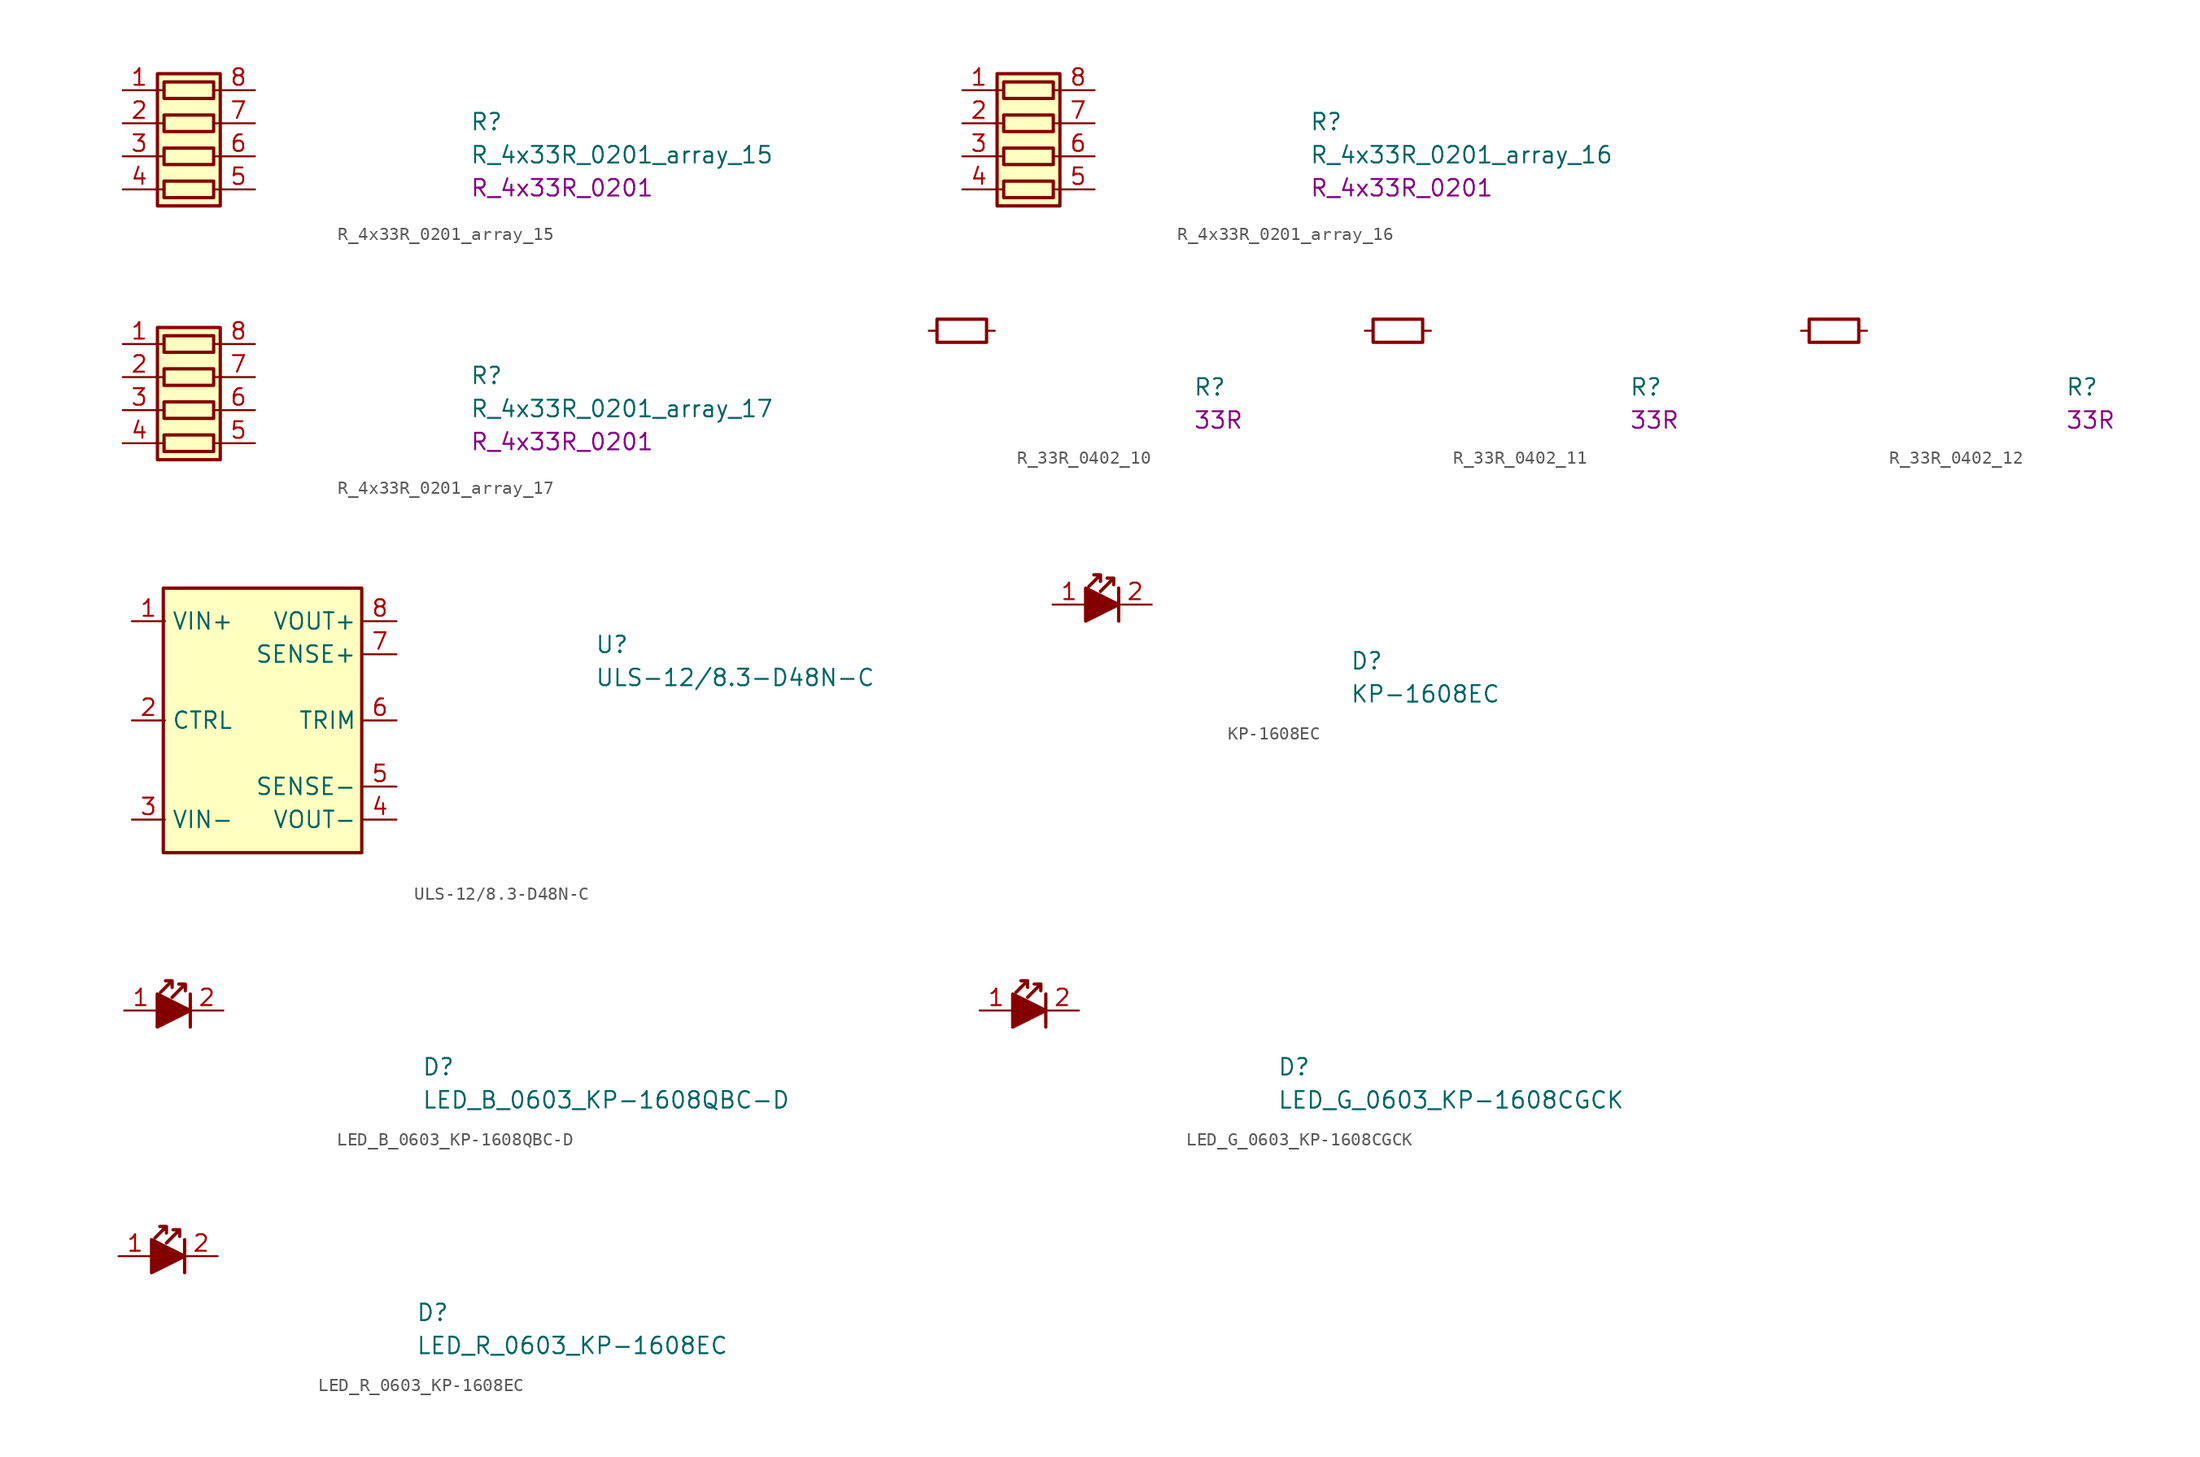
<source format=kicad_sym>
(kicad_symbol_lib
  (version 20211014)
  (generator kicad_symbol_editor)
  (symbol "K410T-devboard:R_4x33R_0201_array_15"
    (pin_names hide)
    (property "Reference" "R"
      (at 26.67 -3.175 0)
      (effects (font (size 1.27 1.27) (thickness 0.15)) (justify left bottom)))
    (property "Value" "R_4x33R_0201_array_15"
      (at 26.67 -5.715 0)
      (effects (font (size 1.27 1.27) (thickness 0.15)) (justify left bottom)))
    (property "Val" "R_4x33R_0201"
      (at 26.67 -8.255 0)
      (effects (font (size 1.27 1.27)) (justify left bottom)))
    (symbol "R_4x33R_0201_array_15_0_1"
      (polyline (pts (xy 2.54 -7.62) (xy 3.175 -7.62)) (stroke (width 0) (type default)) (fill (type none)))
      (polyline (pts (xy 2.54 -5.08) (xy 3.175 -5.08)) (stroke (width 0) (type default)) (fill (type none)))
      (polyline (pts (xy 2.54 -2.54) (xy 3.175 -2.54)) (stroke (width 0) (type default)) (fill (type none)))
      (polyline (pts (xy 2.54 0) (xy 3.175 0)) (stroke (width 0) (type default)) (fill (type none)))
      (polyline (pts (xy 6.985 -7.62) (xy 7.62 -7.62)) (stroke (width 0) (type default)) (fill (type none)))
      (polyline (pts (xy 6.985 -5.08) (xy 7.62 -5.08)) (stroke (width 0) (type default)) (fill (type none)))
      (polyline (pts (xy 6.985 -2.54) (xy 7.62 -2.54)) (stroke (width 0) (type default)) (fill (type none)))
      (polyline (pts (xy 6.985 0) (xy 7.62 0)) (stroke (width 0) (type default)) (fill (type none)))
      (rectangle (start 2.667 1.27) (end 7.493 -8.89) (stroke (width 0.254) (type default)) (fill (type background)))
      (rectangle (start 6.985 -6.985) (end 3.175 -8.255) (stroke (width 0.254) (type default)) (fill (type none)))
      (rectangle (start 6.985 -4.445) (end 3.175 -5.715) (stroke (width 0.254) (type default)) (fill (type none)))
      (rectangle (start 6.985 -1.905) (end 3.175 -3.175) (stroke (width 0.254) (type default)) (fill (type none)))
      (rectangle (start 6.985 0.635) (end 3.175 -0.635) (stroke (width 0.254) (type default)) (fill (type none))))
    (symbol "R_4x33R_0201_array_15_1_1"
      (pin passive line (at 0 0 0) (length 2.54) (name "R1.1" (effects (font (size 1.27 1.27)))) (number "1" (effects (font (size 1.27 1.27)))))
      (pin passive line (at 0 -2.54 0) (length 2.54) (name "R2.1" (effects (font (size 1.27 1.27)))) (number "2" (effects (font (size 1.27 1.27)))))
      (pin passive line (at 0 -5.08 0) (length 2.54) (name "R3.1" (effects (font (size 1.27 1.27)))) (number "3" (effects (font (size 1.27 1.27)))))
      (pin passive line (at 0 -7.62 0) (length 2.54) (name "R4.1" (effects (font (size 1.27 1.27)))) (number "4" (effects (font (size 1.27 1.27)))))
      (pin passive line (at 10.16 -7.62 180) (length 2.54) (name "R4.2" (effects (font (size 1.27 1.27)))) (number "5" (effects (font (size 1.27 1.27)))))
      (pin passive line (at 10.16 -5.08 180) (length 2.54) (name "R3.2" (effects (font (size 1.27 1.27)))) (number "6" (effects (font (size 1.27 1.27)))))
      (pin passive line (at 10.16 -2.54 180) (length 2.54) (name "R2.2" (effects (font (size 1.27 1.27)))) (number "7" (effects (font (size 1.27 1.27)))))
      (pin passive line (at 10.16 0 180) (length 2.54) (name "R1.2" (effects (font (size 1.27 1.27)))) (number "8" (effects (font (size 1.27 1.27)))))))
  (symbol "K410T-devboard:R_4x33R_0201_array_16"
    (pin_names hide)
    (property "Reference" "R"
      (at 26.67 -3.175 0)
      (effects (font (size 1.27 1.27) (thickness 0.15)) (justify left bottom)))
    (property "Value" "R_4x33R_0201_array_16"
      (at 26.67 -5.715 0)
      (effects (font (size 1.27 1.27) (thickness 0.15)) (justify left bottom)))
    (property "Val" "R_4x33R_0201"
      (at 26.67 -8.255 0)
      (effects (font (size 1.27 1.27)) (justify left bottom)))
    (symbol "R_4x33R_0201_array_16_0_1"
      (polyline (pts (xy 2.54 -7.62) (xy 3.175 -7.62)) (stroke (width 0) (type default)) (fill (type none)))
      (polyline (pts (xy 2.54 -5.08) (xy 3.175 -5.08)) (stroke (width 0) (type default)) (fill (type none)))
      (polyline (pts (xy 2.54 -2.54) (xy 3.175 -2.54)) (stroke (width 0) (type default)) (fill (type none)))
      (polyline (pts (xy 2.54 0) (xy 3.175 0)) (stroke (width 0) (type default)) (fill (type none)))
      (polyline (pts (xy 6.985 -7.62) (xy 7.62 -7.62)) (stroke (width 0) (type default)) (fill (type none)))
      (polyline (pts (xy 6.985 -5.08) (xy 7.62 -5.08)) (stroke (width 0) (type default)) (fill (type none)))
      (polyline (pts (xy 6.985 -2.54) (xy 7.62 -2.54)) (stroke (width 0) (type default)) (fill (type none)))
      (polyline (pts (xy 6.985 0) (xy 7.62 0)) (stroke (width 0) (type default)) (fill (type none)))
      (rectangle (start 2.667 1.27) (end 7.493 -8.89) (stroke (width 0.254) (type default)) (fill (type background)))
      (rectangle (start 6.985 -6.985) (end 3.175 -8.255) (stroke (width 0.254) (type default)) (fill (type none)))
      (rectangle (start 6.985 -4.445) (end 3.175 -5.715) (stroke (width 0.254) (type default)) (fill (type none)))
      (rectangle (start 6.985 -1.905) (end 3.175 -3.175) (stroke (width 0.254) (type default)) (fill (type none)))
      (rectangle (start 6.985 0.635) (end 3.175 -0.635) (stroke (width 0.254) (type default)) (fill (type none))))
    (symbol "R_4x33R_0201_array_16_1_1"
      (pin passive line (at 0 0 0) (length 2.54) (name "R1.1" (effects (font (size 1.27 1.27)))) (number "1" (effects (font (size 1.27 1.27)))))
      (pin passive line (at 0 -2.54 0) (length 2.54) (name "R2.1" (effects (font (size 1.27 1.27)))) (number "2" (effects (font (size 1.27 1.27)))))
      (pin passive line (at 0 -5.08 0) (length 2.54) (name "R3.1" (effects (font (size 1.27 1.27)))) (number "3" (effects (font (size 1.27 1.27)))))
      (pin passive line (at 0 -7.62 0) (length 2.54) (name "R4.1" (effects (font (size 1.27 1.27)))) (number "4" (effects (font (size 1.27 1.27)))))
      (pin passive line (at 10.16 -7.62 180) (length 2.54) (name "R4.2" (effects (font (size 1.27 1.27)))) (number "5" (effects (font (size 1.27 1.27)))))
      (pin passive line (at 10.16 -5.08 180) (length 2.54) (name "R3.2" (effects (font (size 1.27 1.27)))) (number "6" (effects (font (size 1.27 1.27)))))
      (pin passive line (at 10.16 -2.54 180) (length 2.54) (name "R2.2" (effects (font (size 1.27 1.27)))) (number "7" (effects (font (size 1.27 1.27)))))
      (pin passive line (at 10.16 0 180) (length 2.54) (name "R1.2" (effects (font (size 1.27 1.27)))) (number "8" (effects (font (size 1.27 1.27)))))))
  (symbol "K410T-devboard:R_4x33R_0201_array_17"
    (pin_names hide)
    (property "Reference" "R"
      (at 26.67 -3.175 0)
      (effects (font (size 1.27 1.27) (thickness 0.15)) (justify left bottom)))
    (property "Value" "R_4x33R_0201_array_17"
      (at 26.67 -5.715 0)
      (effects (font (size 1.27 1.27) (thickness 0.15)) (justify left bottom)))
    (property "Val" "R_4x33R_0201"
      (at 26.67 -8.255 0)
      (effects (font (size 1.27 1.27)) (justify left bottom)))
    (symbol "R_4x33R_0201_array_17_0_1"
      (polyline (pts (xy 2.54 -7.62) (xy 3.175 -7.62)) (stroke (width 0) (type default)) (fill (type none)))
      (polyline (pts (xy 2.54 -5.08) (xy 3.175 -5.08)) (stroke (width 0) (type default)) (fill (type none)))
      (polyline (pts (xy 2.54 -2.54) (xy 3.175 -2.54)) (stroke (width 0) (type default)) (fill (type none)))
      (polyline (pts (xy 2.54 0) (xy 3.175 0)) (stroke (width 0) (type default)) (fill (type none)))
      (polyline (pts (xy 6.985 -7.62) (xy 7.62 -7.62)) (stroke (width 0) (type default)) (fill (type none)))
      (polyline (pts (xy 6.985 -5.08) (xy 7.62 -5.08)) (stroke (width 0) (type default)) (fill (type none)))
      (polyline (pts (xy 6.985 -2.54) (xy 7.62 -2.54)) (stroke (width 0) (type default)) (fill (type none)))
      (polyline (pts (xy 6.985 0) (xy 7.62 0)) (stroke (width 0) (type default)) (fill (type none)))
      (rectangle (start 2.667 1.27) (end 7.493 -8.89) (stroke (width 0.254) (type default)) (fill (type background)))
      (rectangle (start 6.985 -6.985) (end 3.175 -8.255) (stroke (width 0.254) (type default)) (fill (type none)))
      (rectangle (start 6.985 -4.445) (end 3.175 -5.715) (stroke (width 0.254) (type default)) (fill (type none)))
      (rectangle (start 6.985 -1.905) (end 3.175 -3.175) (stroke (width 0.254) (type default)) (fill (type none)))
      (rectangle (start 6.985 0.635) (end 3.175 -0.635) (stroke (width 0.254) (type default)) (fill (type none))))
    (symbol "R_4x33R_0201_array_17_1_1"
      (pin passive line (at 0 0 0) (length 2.54) (name "R1.1" (effects (font (size 1.27 1.27)))) (number "1" (effects (font (size 1.27 1.27)))))
      (pin passive line (at 0 -2.54 0) (length 2.54) (name "R2.1" (effects (font (size 1.27 1.27)))) (number "2" (effects (font (size 1.27 1.27)))))
      (pin passive line (at 0 -5.08 0) (length 2.54) (name "R3.1" (effects (font (size 1.27 1.27)))) (number "3" (effects (font (size 1.27 1.27)))))
      (pin passive line (at 0 -7.62 0) (length 2.54) (name "R4.1" (effects (font (size 1.27 1.27)))) (number "4" (effects (font (size 1.27 1.27)))))
      (pin passive line (at 10.16 -7.62 180) (length 2.54) (name "R4.2" (effects (font (size 1.27 1.27)))) (number "5" (effects (font (size 1.27 1.27)))))
      (pin passive line (at 10.16 -5.08 180) (length 2.54) (name "R3.2" (effects (font (size 1.27 1.27)))) (number "6" (effects (font (size 1.27 1.27)))))
      (pin passive line (at 10.16 -2.54 180) (length 2.54) (name "R2.2" (effects (font (size 1.27 1.27)))) (number "7" (effects (font (size 1.27 1.27)))))
      (pin passive line (at 10.16 0 180) (length 2.54) (name "R1.2" (effects (font (size 1.27 1.27)))) (number "8" (effects (font (size 1.27 1.27)))))))
  (symbol "K410T-devboard:R_33R_0402_10"
    (pin_numbers hide)
    (pin_names hide)
    (property "Reference" "R"
      (at 20.32 -5.08 0)
      (effects (font (size 1.27 1.27) (thickness 0.15)) (justify left bottom)))
    (property "Val" "33R"
      (at 20.32 -7.62 0)
      (effects (font (size 1.27 1.27) (thickness 0.15)) (justify left bottom)))
    (symbol "R_33R_0402_10_0_1"
      (rectangle (start 0.635 0.889) (end 4.445 -0.889) (stroke (width 0.254) (type default)) (fill (type none))))
    (symbol "R_33R_0402_10_1_1"
      (pin passive line (at 0 0 0) (length 0.635) (name "~" (effects (font (size 1.27 1.27)))) (number "1" (effects (font (size 1.27 1.27)))))
      (pin passive line (at 5.08 0 180) (length 0.635) (name "~" (effects (font (size 1.27 1.27)))) (number "2" (effects (font (size 1.27 1.27)))))))
  (symbol "K410T-devboard:R_33R_0402_11"
    (pin_numbers hide)
    (pin_names hide)
    (property "Reference" "R"
      (at 20.32 -5.08 0)
      (effects (font (size 1.27 1.27) (thickness 0.15)) (justify left bottom)))
    (property "Val" "33R"
      (at 20.32 -7.62 0)
      (effects (font (size 1.27 1.27) (thickness 0.15)) (justify left bottom)))
    (symbol "R_33R_0402_11_0_1"
      (rectangle (start 0.635 0.889) (end 4.445 -0.889) (stroke (width 0.254) (type default)) (fill (type none))))
    (symbol "R_33R_0402_11_1_1"
      (pin passive line (at 0 0 0) (length 0.635) (name "~" (effects (font (size 1.27 1.27)))) (number "1" (effects (font (size 1.27 1.27)))))
      (pin passive line (at 5.08 0 180) (length 0.635) (name "~" (effects (font (size 1.27 1.27)))) (number "2" (effects (font (size 1.27 1.27)))))))
  (symbol "K410T-devboard:R_33R_0402_12"
    (pin_numbers hide)
    (pin_names hide)
    (property "Reference" "R"
      (at 20.32 -5.08 0)
      (effects (font (size 1.27 1.27) (thickness 0.15)) (justify left bottom)))
    (property "Val" "33R"
      (at 20.32 -7.62 0)
      (effects (font (size 1.27 1.27) (thickness 0.15)) (justify left bottom)))
    (symbol "R_33R_0402_12_0_1"
      (rectangle (start 0.635 0.889) (end 4.445 -0.889) (stroke (width 0.254) (type default)) (fill (type none))))
    (symbol "R_33R_0402_12_1_1"
      (pin passive line (at 0 0 0) (length 0.635) (name "~" (effects (font (size 1.27 1.27)))) (number "1" (effects (font (size 1.27 1.27)))))
      (pin passive line (at 5.08 0 180) (length 0.635) (name "~" (effects (font (size 1.27 1.27)))) (number "2" (effects (font (size 1.27 1.27)))))))
  (symbol "K410T-devboard:ULS-12/8.3-D48N-C"
    (property "Reference" "U"
      (at 35.56 -2.54 0)
      (effects (font (size 1.27 1.27) (thickness 0.15)) (justify left bottom)))
    (property "Value" "ULS-12{slash}8.3-D48N-C"
      (at 35.56 -5.08 0)
      (effects (font (size 1.27 1.27) (thickness 0.15)) (justify left bottom)))
    (symbol "ULS-12/8.3-D48N-C_1_1"
      (rectangle (start 2.413 2.54) (end 17.653 -17.78) (stroke (width 0.254) (type default)) (fill (type background)))
      (pin power_in line (at 0 0 0) (length 2.54) (name "VIN+" (effects (font (size 1.27 1.27)))) (number "1" (effects (font (size 1.27 1.27)))))
      (pin input line (at 0 -7.62 0) (length 2.54) (name "CTRL" (effects (font (size 1.27 1.27)))) (number "2" (effects (font (size 1.27 1.27)))))
      (pin power_in line (at 0 -15.24 0) (length 2.54) (name "VIN-" (effects (font (size 1.27 1.27)))) (number "3" (effects (font (size 1.27 1.27)))))
      (pin power_out line (at 20.32 -15.24 180) (length 2.54) (name "VOUT-" (effects (font (size 1.27 1.27)))) (number "4" (effects (font (size 1.27 1.27)))))
      (pin passive line (at 20.32 -12.7 180) (length 2.54) (name "SENSE-" (effects (font (size 1.27 1.27)))) (number "5" (effects (font (size 1.27 1.27)))))
      (pin input line (at 20.32 -7.62 180) (length 2.54) (name "TRIM" (effects (font (size 1.27 1.27)))) (number "6" (effects (font (size 1.27 1.27)))))
      (pin passive line (at 20.32 -2.54 180) (length 2.54) (name "SENSE+" (effects (font (size 1.27 1.27)))) (number "7" (effects (font (size 1.27 1.27)))))
      (pin power_out line (at 20.32 0 180) (length 2.54) (name "VOUT+" (effects (font (size 1.27 1.27)))) (number "8" (effects (font (size 1.27 1.27)))))))
  (symbol "KP-1608EC"
    (pin_names hide)
    (property "Reference" "D"
      (at 22.86 -5.08 0)
      (effects (font (size 1.27 1.27) (thickness 0.15)) (justify left bottom)))
    (property "Value" "KP-1608EC"
      (at 22.86 -7.62 0)
      (effects (font (size 1.27 1.27) (thickness 0.15)) (justify left bottom)))
    (symbol "KP-1608EC_1_1"
      (polyline (pts (xy 5.08 1.27) (xy 5.08 -1.27)) (stroke (width 0.254) (type default) (color 0 0 0 0)) (fill (type none)))
      (polyline (pts (xy 2.54 1.27) (xy 2.54 -1.27) (xy 5.08 0) (xy 2.54 1.27)) (stroke (width 0.254) (type default) (color 0 0 0 0)) (fill (type outline)))
      (polyline (pts (xy 3.683 2.286) (xy 3.683 1.778) (xy 3.683 2.286) (xy 3.175 2.286) (xy 3.683 2.286) (xy 2.794 1.397)) (stroke (width 0.254) (type default) (color 0 0 0 0)) (fill (type none)))
      (polyline (pts (xy 4.699 2.032) (xy 4.699 1.524) (xy 4.699 2.032) (xy 4.191 2.032) (xy 4.699 2.032) (xy 3.683 1.016)) (stroke (width 0.254) (type default) (color 0 0 0 0)) (fill (type none)))
      (pin passive line (at 0 0 0) (length 2.54) (name "1" (effects (font (size 1.27 1.27)))) (number "1" (effects (font (size 1.27 1.27)))))
      (pin passive line (at 7.62 0 180) (length 2.54) (name "2" (effects (font (size 1.27 1.27)))) (number "2" (effects (font (size 1.27 1.27)))))))
  (symbol "LED_B_0603_KP-1608QBC-D"
    (pin_names hide)
    (property "Reference" "D"
      (at 22.86 -5.08 0)
      (effects (font (size 1.27 1.27) (thickness 0.15)) (justify left bottom)))
    (property "Value" "LED_B_0603_KP-1608QBC-D"
      (at 22.86 -7.62 0)
      (effects (font (size 1.27 1.27) (thickness 0.15)) (justify left bottom)))
    (symbol "LED_B_0603_KP-1608QBC-D_1_1"
      (polyline (pts (xy 5.08 1.27) (xy 5.08 -1.27)) (stroke (width 0.254) (type default) (color 0 0 0 0)) (fill (type none)))
      (polyline (pts (xy 2.54 1.27) (xy 2.54 -1.27) (xy 5.08 0) (xy 2.54 1.27)) (stroke (width 0.254) (type default) (color 0 0 0 0)) (fill (type outline)))
      (polyline (pts (xy 3.683 2.286) (xy 3.683 1.778) (xy 3.683 2.286) (xy 3.175 2.286) (xy 3.683 2.286) (xy 2.794 1.397)) (stroke (width 0.254) (type default) (color 0 0 0 0)) (fill (type none)))
      (polyline (pts (xy 4.699 2.032) (xy 4.699 1.524) (xy 4.699 2.032) (xy 4.191 2.032) (xy 4.699 2.032) (xy 3.683 1.016)) (stroke (width 0.254) (type default) (color 0 0 0 0)) (fill (type none)))
      (pin passive line (at 0 0 0) (length 2.54) (name "1" (effects (font (size 1.27 1.27)))) (number "1" (effects (font (size 1.27 1.27)))))
      (pin passive line (at 7.62 0 180) (length 2.54) (name "2" (effects (font (size 1.27 1.27)))) (number "2" (effects (font (size 1.27 1.27)))))))
  (symbol "LED_G_0603_KP-1608CGCK"
    (pin_names hide)
    (property "Reference" "D"
      (at 22.86 -5.08 0)
      (effects (font (size 1.27 1.27) (thickness 0.15)) (justify left bottom)))
    (property "Value" "LED_G_0603_KP-1608CGCK"
      (at 22.86 -7.62 0)
      (effects (font (size 1.27 1.27) (thickness 0.15)) (justify left bottom)))
    (symbol "LED_G_0603_KP-1608CGCK_1_1"
      (polyline (pts (xy 5.08 1.27) (xy 5.08 -1.27)) (stroke (width 0.254) (type default) (color 0 0 0 0)) (fill (type none)))
      (polyline (pts (xy 2.54 1.27) (xy 2.54 -1.27) (xy 5.08 0) (xy 2.54 1.27)) (stroke (width 0.254) (type default) (color 0 0 0 0)) (fill (type outline)))
      (polyline (pts (xy 3.683 2.286) (xy 3.683 1.778) (xy 3.683 2.286) (xy 3.175 2.286) (xy 3.683 2.286) (xy 2.794 1.397)) (stroke (width 0.254) (type default) (color 0 0 0 0)) (fill (type none)))
      (polyline (pts (xy 4.699 2.032) (xy 4.699 1.524) (xy 4.699 2.032) (xy 4.191 2.032) (xy 4.699 2.032) (xy 3.683 1.016)) (stroke (width 0.254) (type default) (color 0 0 0 0)) (fill (type none)))
      (pin passive line (at 0 0 0) (length 2.54) (name "1" (effects (font (size 1.27 1.27)))) (number "1" (effects (font (size 1.27 1.27)))))
      (pin passive line (at 7.62 0 180) (length 2.54) (name "2" (effects (font (size 1.27 1.27)))) (number "2" (effects (font (size 1.27 1.27)))))))
  (symbol "LED_R_0603_KP-1608EC"
    (pin_names hide)
    (property "Reference" "D"
      (at 22.86 -5.08 0)
      (effects (font (size 1.27 1.27) (thickness 0.15)) (justify left bottom)))
    (property "Value" "LED_R_0603_KP-1608EC"
      (at 22.86 -7.62 0)
      (effects (font (size 1.27 1.27) (thickness 0.15)) (justify left bottom)))
    (symbol "LED_R_0603_KP-1608EC_1_1"
      (polyline (pts (xy 5.08 1.27) (xy 5.08 -1.27)) (stroke (width 0.254) (type default) (color 0 0 0 0)) (fill (type none)))
      (polyline (pts (xy 2.54 1.27) (xy 2.54 -1.27) (xy 5.08 0) (xy 2.54 1.27)) (stroke (width 0.254) (type default) (color 0 0 0 0)) (fill (type outline)))
      (polyline (pts (xy 3.683 2.286) (xy 3.683 1.778) (xy 3.683 2.286) (xy 3.175 2.286) (xy 3.683 2.286) (xy 2.794 1.397)) (stroke (width 0.254) (type default) (color 0 0 0 0)) (fill (type none)))
      (polyline (pts (xy 4.699 2.032) (xy 4.699 1.524) (xy 4.699 2.032) (xy 4.191 2.032) (xy 4.699 2.032) (xy 3.683 1.016)) (stroke (width 0.254) (type default) (color 0 0 0 0)) (fill (type none)))
      (pin passive line (at 0 0 0) (length 2.54) (name "1" (effects (font (size 1.27 1.27)))) (number "1" (effects (font (size 1.27 1.27)))))
      (pin passive line (at 7.62 0 180) (length 2.54) (name "2" (effects (font (size 1.27 1.27)))) (number "2" (effects (font (size 1.27 1.27))))))))
</source>
